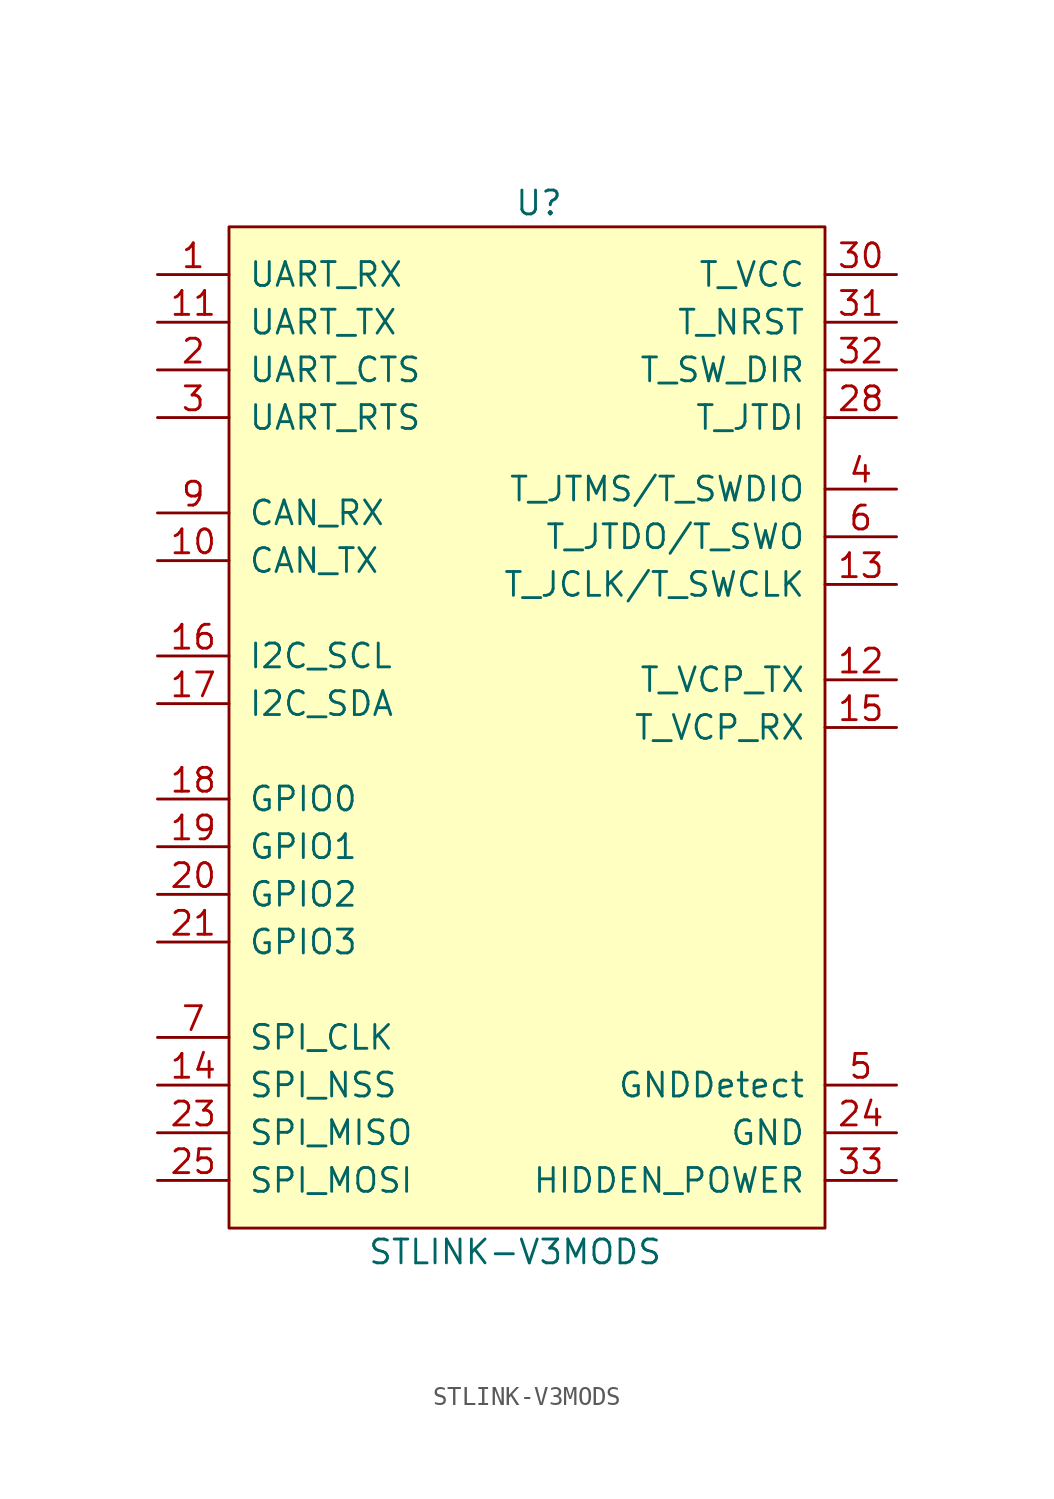
<source format=kicad_sym>
(kicad_symbol_lib
  (version 20211014)
  (generator kicad_symbol_editor)
  (symbol "STLINK-V3MODS"
    (pin_names
      (offset 1.016))
    (property "Reference" "U"
      (at 16.51 1.27 0)
      (effects (font (size 1.27 1.27))))
    (property "Value" "STLINK-V3MODS"
      (at 15.24 -54.61 0)
      (effects (font (size 1.27 1.27))))
    (symbol "STLINK-V3MODS_0_1"
      (rectangle (start 0 0) (end 31.75 -53.34) (stroke (width 0) (type default) (color 0 0 0 0)) (fill (type background))))
    (symbol "STLINK-V3MODS_1_1"
      (pin input line (at -3.81 -2.54 0) (length 3.81) (name "UART_RX" (effects (font (size 1.27 1.27)))) (number "1" (effects (font (size 1.27 1.27)))))
      (pin output line (at -3.81 -17.78 0) (length 3.81) (name "CAN_TX" (effects (font (size 1.27 1.27)))) (number "10" (effects (font (size 1.27 1.27)))))
      (pin output line (at -3.81 -5.08 0) (length 3.81) (name "UART_TX" (effects (font (size 1.27 1.27)))) (number "11" (effects (font (size 1.27 1.27)))))
      (pin output line (at 35.56 -24.13 180) (length 3.81) (name "T_VCP_TX" (effects (font (size 1.27 1.27)))) (number "12" (effects (font (size 1.27 1.27)))))
      (pin output line (at 35.56 -19.05 180) (length 3.81) (name "T_JCLK/T_SWCLK" (effects (font (size 1.27 1.27)))) (number "13" (effects (font (size 1.27 1.27)))))
      (pin output line (at -3.81 -45.72 0) (length 3.81) (name "SPI_NSS" (effects (font (size 1.27 1.27)))) (number "14" (effects (font (size 1.27 1.27)))))
      (pin input line (at 35.56 -26.67 180) (length 3.81) (name "T_VCP_RX" (effects (font (size 1.27 1.27)))) (number "15" (effects (font (size 1.27 1.27)))))
      (pin input line (at -3.81 -22.86 0) (length 3.81) (name "I2C_SCL" (effects (font (size 1.27 1.27)))) (number "16" (effects (font (size 1.27 1.27)))))
      (pin input line (at -3.81 -25.4 0) (length 3.81) (name "I2C_SDA" (effects (font (size 1.27 1.27)))) (number "17" (effects (font (size 1.27 1.27)))))
      (pin bidirectional line (at -3.81 -30.48 0) (length 3.81) (name "GPIO0" (effects (font (size 1.27 1.27)))) (number "18" (effects (font (size 1.27 1.27)))))
      (pin bidirectional line (at -3.81 -33.02 0) (length 3.81) (name "GPIO1" (effects (font (size 1.27 1.27)))) (number "19" (effects (font (size 1.27 1.27)))))
      (pin input line (at -3.81 -7.62 0) (length 3.81) (name "UART_CTS" (effects (font (size 1.27 1.27)))) (number "2" (effects (font (size 1.27 1.27)))))
      (pin bidirectional line (at -3.81 -35.56 0) (length 3.81) (name "GPIO2" (effects (font (size 1.27 1.27)))) (number "20" (effects (font (size 1.27 1.27)))))
      (pin bidirectional line (at -3.81 -38.1 0) (length 3.81) (name "GPIO3" (effects (font (size 1.27 1.27)))) (number "21" (effects (font (size 1.27 1.27)))))
      (pin input line (at -3.81 -48.26 0) (length 3.81) (name "SPI_MISO" (effects (font (size 1.27 1.27)))) (number "23" (effects (font (size 1.27 1.27)))))
      (pin power_in line (at 35.56 -48.26 180) (length 3.81) (name "GND" (effects (font (size 1.27 1.27)))) (number "24" (effects (font (size 1.27 1.27)))))
      (pin output line (at -3.81 -50.8 0) (length 3.81) (name "SPI_MOSI" (effects (font (size 1.27 1.27)))) (number "25" (effects (font (size 1.27 1.27)))))
      (pin passive line (at 35.56 -48.26 180) (length 3.81) hide (name "GND" (effects (font (size 1.27 1.27)))) (number "26" (effects (font (size 1.27 1.27)))))
      (pin passive line (at 35.56 -48.26 180) (length 3.81) hide (name "GND" (effects (font (size 1.27 1.27)))) (number "27" (effects (font (size 1.27 1.27)))))
      (pin output line (at 35.56 -10.16 180) (length 3.81) (name "T_JTDI" (effects (font (size 1.27 1.27)))) (number "28" (effects (font (size 1.27 1.27)))))
      (pin passive line (at 35.56 -48.26 180) (length 3.81) hide (name "GND" (effects (font (size 1.27 1.27)))) (number "29" (effects (font (size 1.27 1.27)))))
      (pin input line (at -3.81 -10.16 0) (length 3.81) (name "UART_RTS" (effects (font (size 1.27 1.27)))) (number "3" (effects (font (size 1.27 1.27)))))
      (pin input line (at 35.56 -2.54 180) (length 3.81) (name "T_VCC" (effects (font (size 1.27 1.27)))) (number "30" (effects (font (size 1.27 1.27)))))
      (pin output line (at 35.56 -5.08 180) (length 3.81) (name "T_NRST" (effects (font (size 1.27 1.27)))) (number "31" (effects (font (size 1.27 1.27)))))
      (pin output line (at 35.56 -7.62 180) (length 3.81) (name "T_SW_DIR" (effects (font (size 1.27 1.27)))) (number "32" (effects (font (size 1.27 1.27)))))
      (pin power_out line (at 35.56 -50.8 180) (length 3.81) (name "HIDDEN_POWER" (effects (font (size 1.27 1.27)))) (number "33" (effects (font (size 1.27 1.27)))))
      (pin bidirectional line (at 35.56 -13.97 180) (length 3.81) (name "T_JTMS/T_SWDIO" (effects (font (size 1.27 1.27)))) (number "4" (effects (font (size 1.27 1.27)))))
      (pin input line (at 35.56 -45.72 180) (length 3.81) (name "GNDDetect" (effects (font (size 1.27 1.27)))) (number "5" (effects (font (size 1.27 1.27)))))
      (pin input line (at 35.56 -16.51 180) (length 3.81) (name "T_JTDO/T_SWO" (effects (font (size 1.27 1.27)))) (number "6" (effects (font (size 1.27 1.27)))))
      (pin output line (at -3.81 -43.18 0) (length 3.81) (name "SPI_CLK" (effects (font (size 1.27 1.27)))) (number "7" (effects (font (size 1.27 1.27)))))
      (pin passive line (at 35.56 -48.26 180) (length 3.81) hide (name "GND" (effects (font (size 1.27 1.27)))) (number "8" (effects (font (size 1.27 1.27)))))
      (pin input line (at -3.81 -15.24 0) (length 3.81) (name "CAN_RX" (effects (font (size 1.27 1.27)))) (number "9" (effects (font (size 1.27 1.27))))))))
</source>
